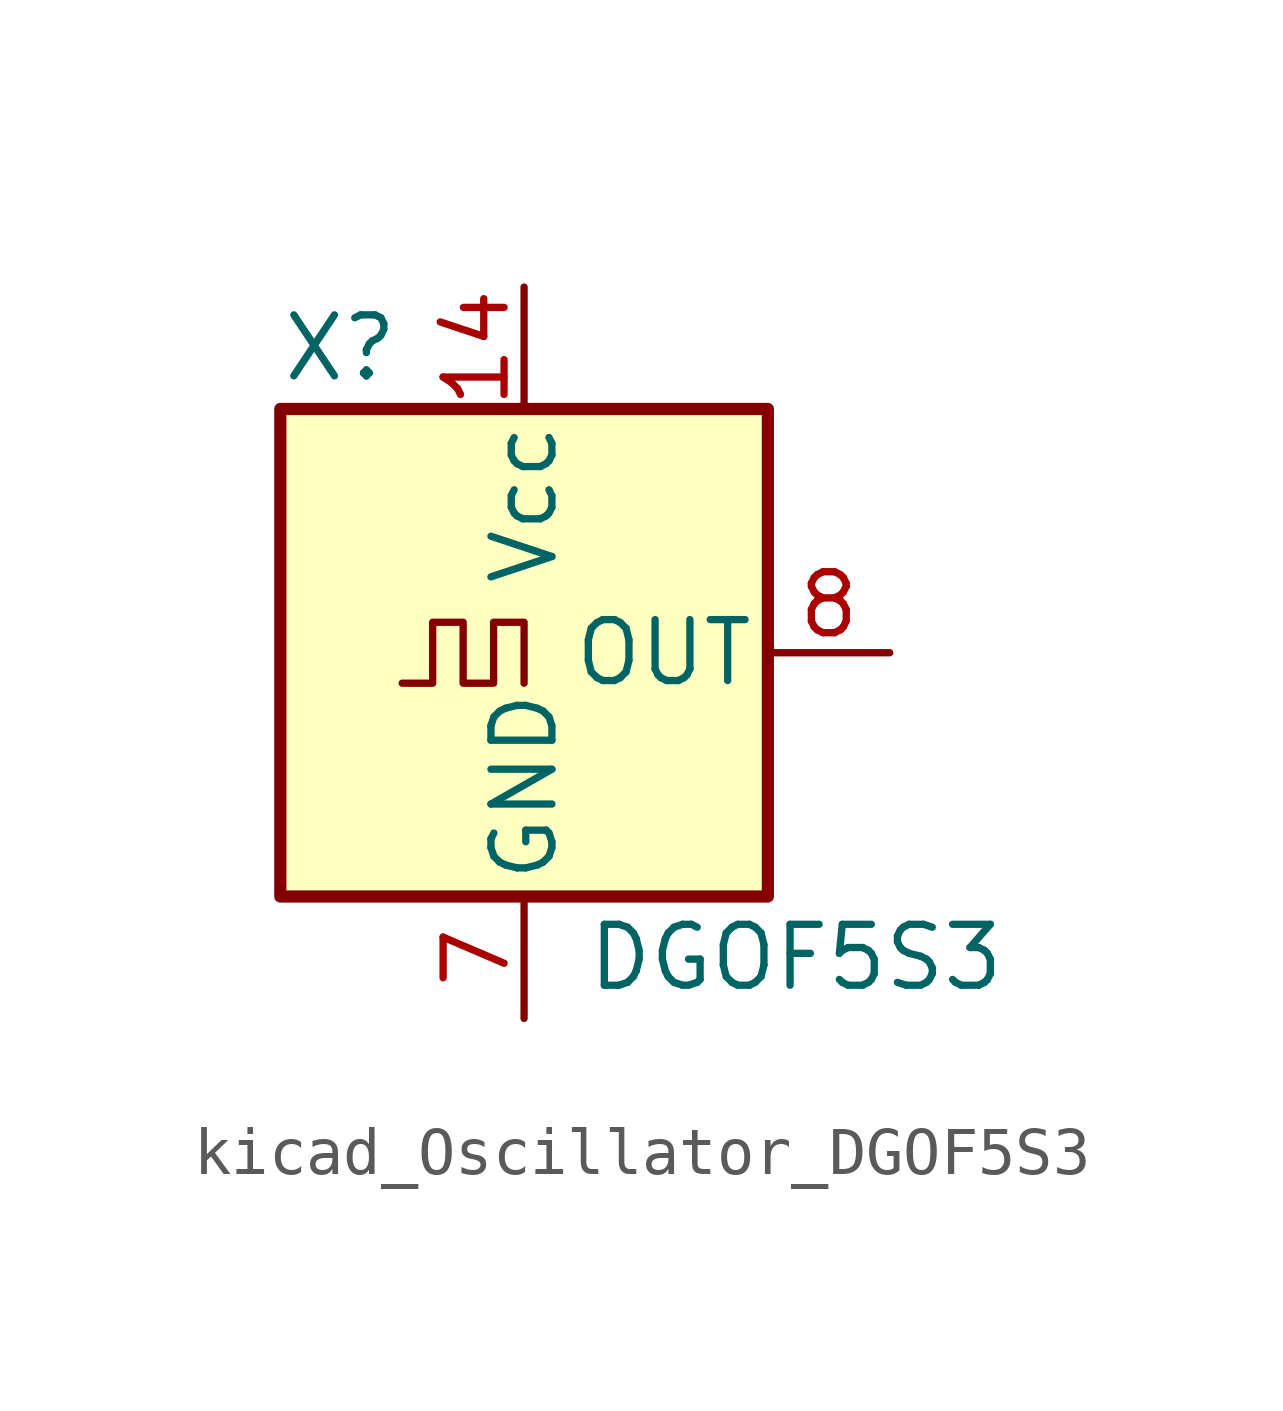
<source format=kicad_sym>
(kicad_symbol_lib
  (version 20220914)
  (generator kicad_symbol_editor)
  (symbol "kicad_Oscillator_DGOF5S3"
    (pin_names
      (offset 0.254))
    (property "Reference" "X"
      (at -5.08 6.35 0)
      (effects (font (size 1.27 1.27)) (justify left)))
    (property "Value" "DGOF5S3"
      (at 1.27 -6.35 0)
      (effects (font (size 1.27 1.27)) (justify left)))
    (symbol "kicad_Oscillator_DGOF5S3_0_1"
      (rectangle (start -5.08 5.08) (end 5.08 -5.08) (stroke (width 0.254) (type default)) (fill (type background)))
      (polyline (pts (xy -2.54 -0.635) (xy -1.905 -0.635) (xy -1.905 0.635) (xy -1.27 0.635) (xy -1.27 -0.635) (xy -0.635 -0.635) (xy -0.635 0.635) (xy 0 0.635) (xy 0 -0.635)) (stroke (width 0) (type default)) (fill (type none))))
    (symbol "kicad_Oscillator_DGOF5S3_1_1"
      (pin no_connect line (at -5.08 2.54 0) (length 2.54) hide (name "NC" (effects (font (size 1.27 1.27)))) (number "1" (effects (font (size 1.27 1.27)))))
      (pin power_in line (at 0 7.62 270) (length 2.54) (name "Vcc" (effects (font (size 1.27 1.27)))) (number "14" (effects (font (size 1.27 1.27)))))
      (pin power_in line (at 0 -7.62 90) (length 2.54) (name "GND" (effects (font (size 1.27 1.27)))) (number "7" (effects (font (size 1.27 1.27)))))
      (pin output line (at 7.62 0 180) (length 2.54) (name "OUT" (effects (font (size 1.27 1.27)))) (number "8" (effects (font (size 1.27 1.27))))))))
</source>
